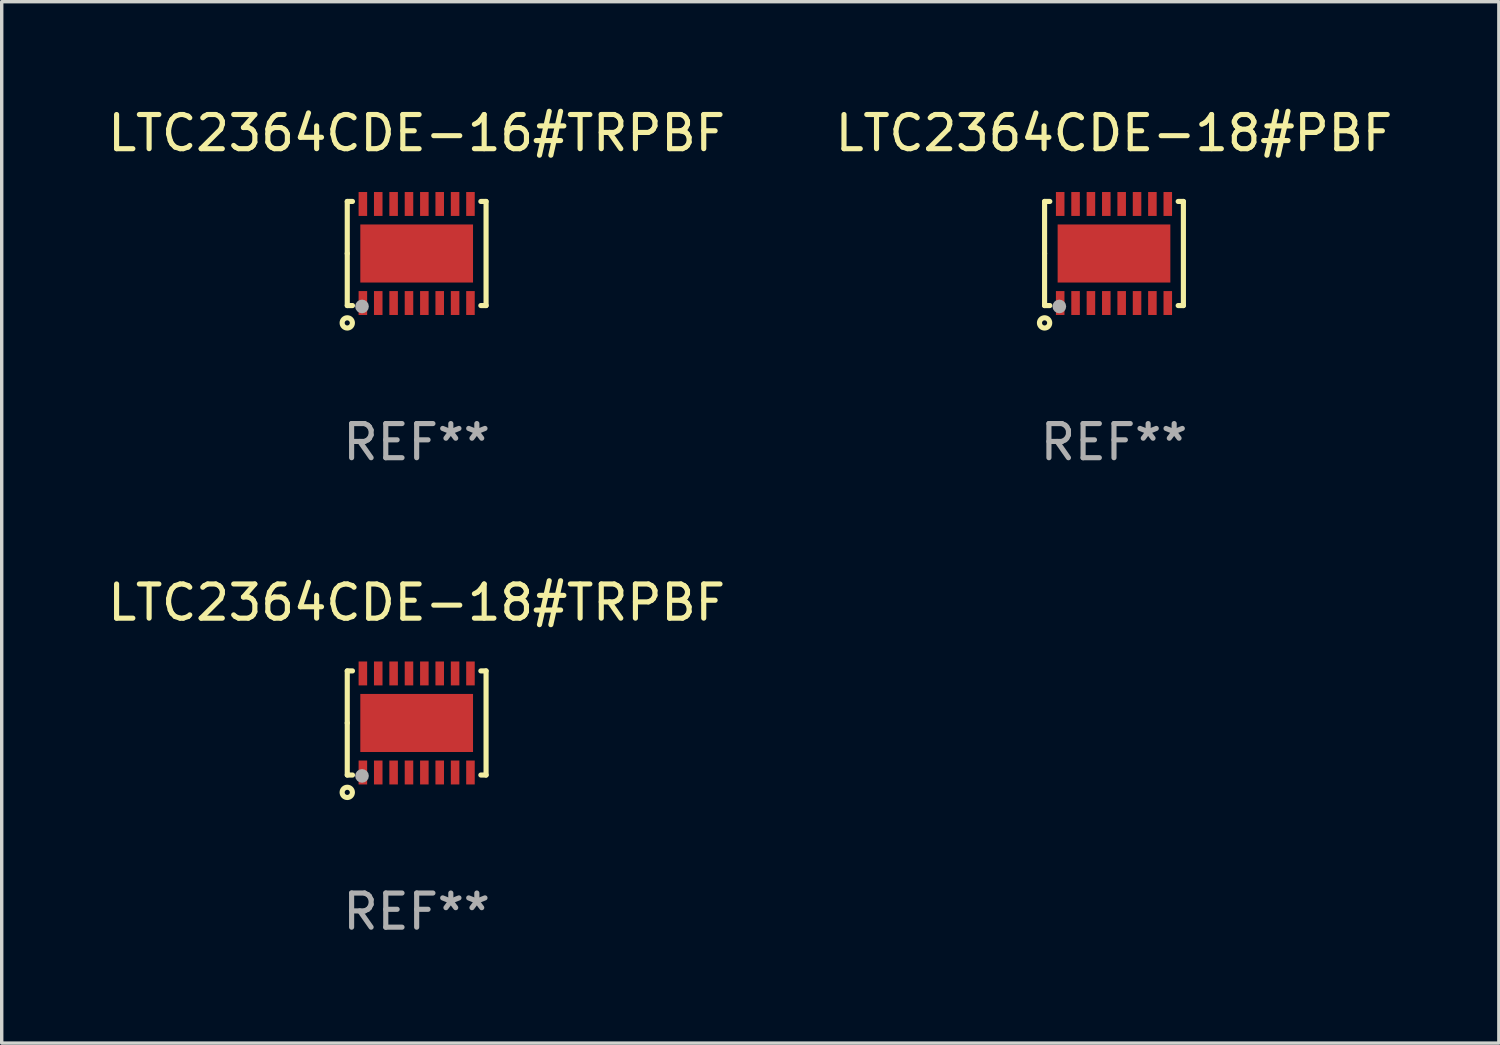
<source format=kicad_pcb>
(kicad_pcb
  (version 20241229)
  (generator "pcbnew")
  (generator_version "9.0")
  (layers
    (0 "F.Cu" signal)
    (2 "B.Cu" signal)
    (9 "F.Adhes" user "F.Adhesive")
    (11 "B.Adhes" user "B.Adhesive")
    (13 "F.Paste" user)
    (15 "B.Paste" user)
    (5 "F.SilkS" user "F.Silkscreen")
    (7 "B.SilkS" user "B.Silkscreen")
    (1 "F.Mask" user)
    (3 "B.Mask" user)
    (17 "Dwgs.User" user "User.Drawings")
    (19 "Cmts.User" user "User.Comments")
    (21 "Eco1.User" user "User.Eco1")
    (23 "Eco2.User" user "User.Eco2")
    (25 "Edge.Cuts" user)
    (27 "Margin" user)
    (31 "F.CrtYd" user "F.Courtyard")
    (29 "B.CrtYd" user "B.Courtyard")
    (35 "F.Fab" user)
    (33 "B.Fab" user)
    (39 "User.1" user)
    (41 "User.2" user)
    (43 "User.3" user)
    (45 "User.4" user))
  (footprint "LTC2364CDE-18#TRPBF"
    (layer "F.Cu")
    (at 9.149 18.117)
    (property "Reference" "LTC2364CDE-18#TRPBF" (at 0 -3.524 0) (layer "F.SilkS") (effects (font (size 1 1) (thickness 0.15))))
    (attr through_hole)
    (fp_line (start -2.032 -1.524) (end -1.879 -1.524) (stroke (width 0.15) (type solid)) (layer "F.SilkS"))
    (fp_line (start -2.032 0) (end -2.032 -1.524) (stroke (width 0.15) (type solid)) (layer "F.SilkS"))
    (fp_line (start -2.032 1.524) (end -2.032 0) (stroke (width 0.15) (type solid)) (layer "F.SilkS"))
    (fp_line (start -1.879 1.524) (end -2.032 1.524) (stroke (width 0.15) (type solid)) (layer "F.SilkS"))
    (fp_line (start 1.879 -1.524) (end 2.032 -1.524) (stroke (width 0.15) (type solid)) (layer "F.SilkS"))
    (fp_line (start 2.032 -1.524) (end 2.032 1.524) (stroke (width 0.15) (type solid)) (layer "F.SilkS"))
    (fp_line (start 2.032 1.524) (end 1.879 1.524) (stroke (width 0.15) (type solid)) (layer "F.SilkS"))
    (fp_circle (center -2.032 2.032) (end -1.882 2.032) (stroke (width 0.15) (type solid)) (fill no) (layer "F.SilkS"))
    (fp_circle (center -2 1.5) (end -1.97 1.5) (stroke (width 0.06) (type solid)) (fill no) (layer "F.SilkS"))
    (fp_circle (center -1.6 1.55) (end -1.5 1.55) (stroke (width 0.2) (type solid)) (fill no) (layer "F.Fab"))
    (fp_text user "REF**" (at 0 5.524 0) (layer "F.Fab") (effects (font (size 1 1) (thickness 0.15))))
    (pad "1" smd rect (at -1.575 1.45 90) (size 0.7 0.25) (layers "F.Cu" "F.Mask" "F.Paste"))
    (pad "2" smd rect (at -1.125 1.45 90) (size 0.7 0.25) (layers "F.Cu" "F.Mask" "F.Paste"))
    (pad "3" smd rect (at -0.675 1.45 90) (size 0.7 0.25) (layers "F.Cu" "F.Mask" "F.Paste"))
    (pad "4" smd rect (at -0.225 1.45 90) (size 0.7 0.25) (layers "F.Cu" "F.Mask" "F.Paste"))
    (pad "5" smd rect (at 0.225 1.45 90) (size 0.7 0.25) (layers "F.Cu" "F.Mask" "F.Paste"))
    (pad "6" smd rect (at 0.675 1.45 90) (size 0.7 0.25) (layers "F.Cu" "F.Mask" "F.Paste"))
    (pad "7" smd rect (at 1.125 1.45 90) (size 0.7 0.25) (layers "F.Cu" "F.Mask" "F.Paste"))
    (pad "8" smd rect (at 1.575 1.45 90) (size 0.7 0.25) (layers "F.Cu" "F.Mask" "F.Paste"))
    (pad "9" smd rect (at 1.575 -1.45 90) (size 0.7 0.25) (layers "F.Cu" "F.Mask" "F.Paste"))
    (pad "10" smd rect (at 1.125 -1.45 90) (size 0.7 0.25) (layers "F.Cu" "F.Mask" "F.Paste"))
    (pad "11" smd rect (at 0.675 -1.45 90) (size 0.7 0.25) (layers "F.Cu" "F.Mask" "F.Paste"))
    (pad "12" smd rect (at 0.225 -1.45 90) (size 0.7 0.25) (layers "F.Cu" "F.Mask" "F.Paste"))
    (pad "13" smd rect (at -0.225 -1.45 90) (size 0.7 0.25) (layers "F.Cu" "F.Mask" "F.Paste"))
    (pad "14" smd rect (at -0.675 -1.45 90) (size 0.7 0.25) (layers "F.Cu" "F.Mask" "F.Paste"))
    (pad "15" smd rect (at -1.125 -1.45 90) (size 0.7 0.25) (layers "F.Cu" "F.Mask" "F.Paste"))
    (pad "16" smd rect (at -1.575 -1.45 90) (size 0.7 0.25) (layers "F.Cu" "F.Mask" "F.Paste"))
    (pad "17" smd rect (at 0.000127 0 90) (size 1.7 3.3) (layers "F.Cu" "F.Mask" "F.Paste")))
  (footprint "LTC2364CDE-18#PBF"
    (layer "F.Cu")
    (at 29.565 4.372)
    (property "Reference" "LTC2364CDE-18#PBF" (at 0 -3.524 0) (layer "F.SilkS") (effects (font (size 1 1) (thickness 0.15))))
    (attr through_hole)
    (fp_line (start -2.032 -1.524) (end -1.879 -1.524) (stroke (width 0.15) (type solid)) (layer "F.SilkS"))
    (fp_line (start -2.032 0) (end -2.032 -1.524) (stroke (width 0.15) (type solid)) (layer "F.SilkS"))
    (fp_line (start -2.032 1.524) (end -2.032 0) (stroke (width 0.15) (type solid)) (layer "F.SilkS"))
    (fp_line (start -1.879 1.524) (end -2.032 1.524) (stroke (width 0.15) (type solid)) (layer "F.SilkS"))
    (fp_line (start 1.879 -1.524) (end 2.032 -1.524) (stroke (width 0.15) (type solid)) (layer "F.SilkS"))
    (fp_line (start 2.032 -1.524) (end 2.032 1.524) (stroke (width 0.15) (type solid)) (layer "F.SilkS"))
    (fp_line (start 2.032 1.524) (end 1.879 1.524) (stroke (width 0.15) (type solid)) (layer "F.SilkS"))
    (fp_circle (center -2.032 2.032) (end -1.882 2.032) (stroke (width 0.15) (type solid)) (fill no) (layer "F.SilkS"))
    (fp_circle (center -2 1.5) (end -1.97 1.5) (stroke (width 0.06) (type solid)) (fill no) (layer "F.SilkS"))
    (fp_circle (center -1.6 1.55) (end -1.5 1.55) (stroke (width 0.2) (type solid)) (fill no) (layer "F.Fab"))
    (fp_text user "REF**" (at 0 5.524 0) (layer "F.Fab") (effects (font (size 1 1) (thickness 0.15))))
    (pad "1" smd rect (at -1.575 1.45 90) (size 0.7 0.25) (layers "F.Cu" "F.Mask" "F.Paste"))
    (pad "2" smd rect (at -1.125 1.45 90) (size 0.7 0.25) (layers "F.Cu" "F.Mask" "F.Paste"))
    (pad "3" smd rect (at -0.675 1.45 90) (size 0.7 0.25) (layers "F.Cu" "F.Mask" "F.Paste"))
    (pad "4" smd rect (at -0.225 1.45 90) (size 0.7 0.25) (layers "F.Cu" "F.Mask" "F.Paste"))
    (pad "5" smd rect (at 0.225 1.45 90) (size 0.7 0.25) (layers "F.Cu" "F.Mask" "F.Paste"))
    (pad "6" smd rect (at 0.675 1.45 90) (size 0.7 0.25) (layers "F.Cu" "F.Mask" "F.Paste"))
    (pad "7" smd rect (at 1.125 1.45 90) (size 0.7 0.25) (layers "F.Cu" "F.Mask" "F.Paste"))
    (pad "8" smd rect (at 1.575 1.45 90) (size 0.7 0.25) (layers "F.Cu" "F.Mask" "F.Paste"))
    (pad "9" smd rect (at 1.575 -1.45 90) (size 0.7 0.25) (layers "F.Cu" "F.Mask" "F.Paste"))
    (pad "10" smd rect (at 1.125 -1.45 90) (size 0.7 0.25) (layers "F.Cu" "F.Mask" "F.Paste"))
    (pad "11" smd rect (at 0.675 -1.45 90) (size 0.7 0.25) (layers "F.Cu" "F.Mask" "F.Paste"))
    (pad "12" smd rect (at 0.225 -1.45 90) (size 0.7 0.25) (layers "F.Cu" "F.Mask" "F.Paste"))
    (pad "13" smd rect (at -0.225 -1.45 90) (size 0.7 0.25) (layers "F.Cu" "F.Mask" "F.Paste"))
    (pad "14" smd rect (at -0.675 -1.45 90) (size 0.7 0.25) (layers "F.Cu" "F.Mask" "F.Paste"))
    (pad "15" smd rect (at -1.125 -1.45 90) (size 0.7 0.25) (layers "F.Cu" "F.Mask" "F.Paste"))
    (pad "16" smd rect (at -1.575 -1.45 90) (size 0.7 0.25) (layers "F.Cu" "F.Mask" "F.Paste"))
    (pad "17" smd rect (at 0.000127 0 90) (size 1.7 3.3) (layers "F.Cu" "F.Mask" "F.Paste")))
  (footprint "LTC2364CDE-16#TRPBF"
    (layer "F.Cu")
    (at 9.149 4.372)
    (property "Reference" "LTC2364CDE-16#TRPBF" (at 0 -3.524 0) (layer "F.SilkS") (effects (font (size 1 1) (thickness 0.15))))
    (attr through_hole)
    (fp_line (start -2.032 -1.524) (end -1.879 -1.524) (stroke (width 0.15) (type solid)) (layer "F.SilkS"))
    (fp_line (start -2.032 0) (end -2.032 -1.524) (stroke (width 0.15) (type solid)) (layer "F.SilkS"))
    (fp_line (start -2.032 1.524) (end -2.032 0) (stroke (width 0.15) (type solid)) (layer "F.SilkS"))
    (fp_line (start -1.879 1.524) (end -2.032 1.524) (stroke (width 0.15) (type solid)) (layer "F.SilkS"))
    (fp_line (start 1.879 -1.524) (end 2.032 -1.524) (stroke (width 0.15) (type solid)) (layer "F.SilkS"))
    (fp_line (start 2.032 -1.524) (end 2.032 1.524) (stroke (width 0.15) (type solid)) (layer "F.SilkS"))
    (fp_line (start 2.032 1.524) (end 1.879 1.524) (stroke (width 0.15) (type solid)) (layer "F.SilkS"))
    (fp_circle (center -2.032 2.032) (end -1.882 2.032) (stroke (width 0.15) (type solid)) (fill no) (layer "F.SilkS"))
    (fp_circle (center -2 1.5) (end -1.97 1.5) (stroke (width 0.06) (type solid)) (fill no) (layer "F.SilkS"))
    (fp_circle (center -1.6 1.55) (end -1.5 1.55) (stroke (width 0.2) (type solid)) (fill no) (layer "F.Fab"))
    (fp_text user "REF**" (at 0 5.524 0) (layer "F.Fab") (effects (font (size 1 1) (thickness 0.15))))
    (pad "1" smd rect (at -1.575 1.45 90) (size 0.7 0.25) (layers "F.Cu" "F.Mask" "F.Paste"))
    (pad "2" smd rect (at -1.125 1.45 90) (size 0.7 0.25) (layers "F.Cu" "F.Mask" "F.Paste"))
    (pad "3" smd rect (at -0.675 1.45 90) (size 0.7 0.25) (layers "F.Cu" "F.Mask" "F.Paste"))
    (pad "4" smd rect (at -0.225 1.45 90) (size 0.7 0.25) (layers "F.Cu" "F.Mask" "F.Paste"))
    (pad "5" smd rect (at 0.225 1.45 90) (size 0.7 0.25) (layers "F.Cu" "F.Mask" "F.Paste"))
    (pad "6" smd rect (at 0.675 1.45 90) (size 0.7 0.25) (layers "F.Cu" "F.Mask" "F.Paste"))
    (pad "7" smd rect (at 1.125 1.45 90) (size 0.7 0.25) (layers "F.Cu" "F.Mask" "F.Paste"))
    (pad "8" smd rect (at 1.575 1.45 90) (size 0.7 0.25) (layers "F.Cu" "F.Mask" "F.Paste"))
    (pad "9" smd rect (at 1.575 -1.45 90) (size 0.7 0.25) (layers "F.Cu" "F.Mask" "F.Paste"))
    (pad "10" smd rect (at 1.125 -1.45 90) (size 0.7 0.25) (layers "F.Cu" "F.Mask" "F.Paste"))
    (pad "11" smd rect (at 0.675 -1.45 90) (size 0.7 0.25) (layers "F.Cu" "F.Mask" "F.Paste"))
    (pad "12" smd rect (at 0.225 -1.45 90) (size 0.7 0.25) (layers "F.Cu" "F.Mask" "F.Paste"))
    (pad "13" smd rect (at -0.225 -1.45 90) (size 0.7 0.25) (layers "F.Cu" "F.Mask" "F.Paste"))
    (pad "14" smd rect (at -0.675 -1.45 90) (size 0.7 0.25) (layers "F.Cu" "F.Mask" "F.Paste"))
    (pad "15" smd rect (at -1.125 -1.45 90) (size 0.7 0.25) (layers "F.Cu" "F.Mask" "F.Paste"))
    (pad "16" smd rect (at -1.575 -1.45 90) (size 0.7 0.25) (layers "F.Cu" "F.Mask" "F.Paste"))
    (pad "17" smd rect (at 0.000127 0 90) (size 1.7 3.3) (layers "F.Cu" "F.Mask" "F.Paste")))
  (gr_rect
    (start -3 -3)
    (end 40.833 27.489)
    (stroke (width 0.1) (type default))
    (fill no)
    (layer "Edge.Cuts")))
</source>
